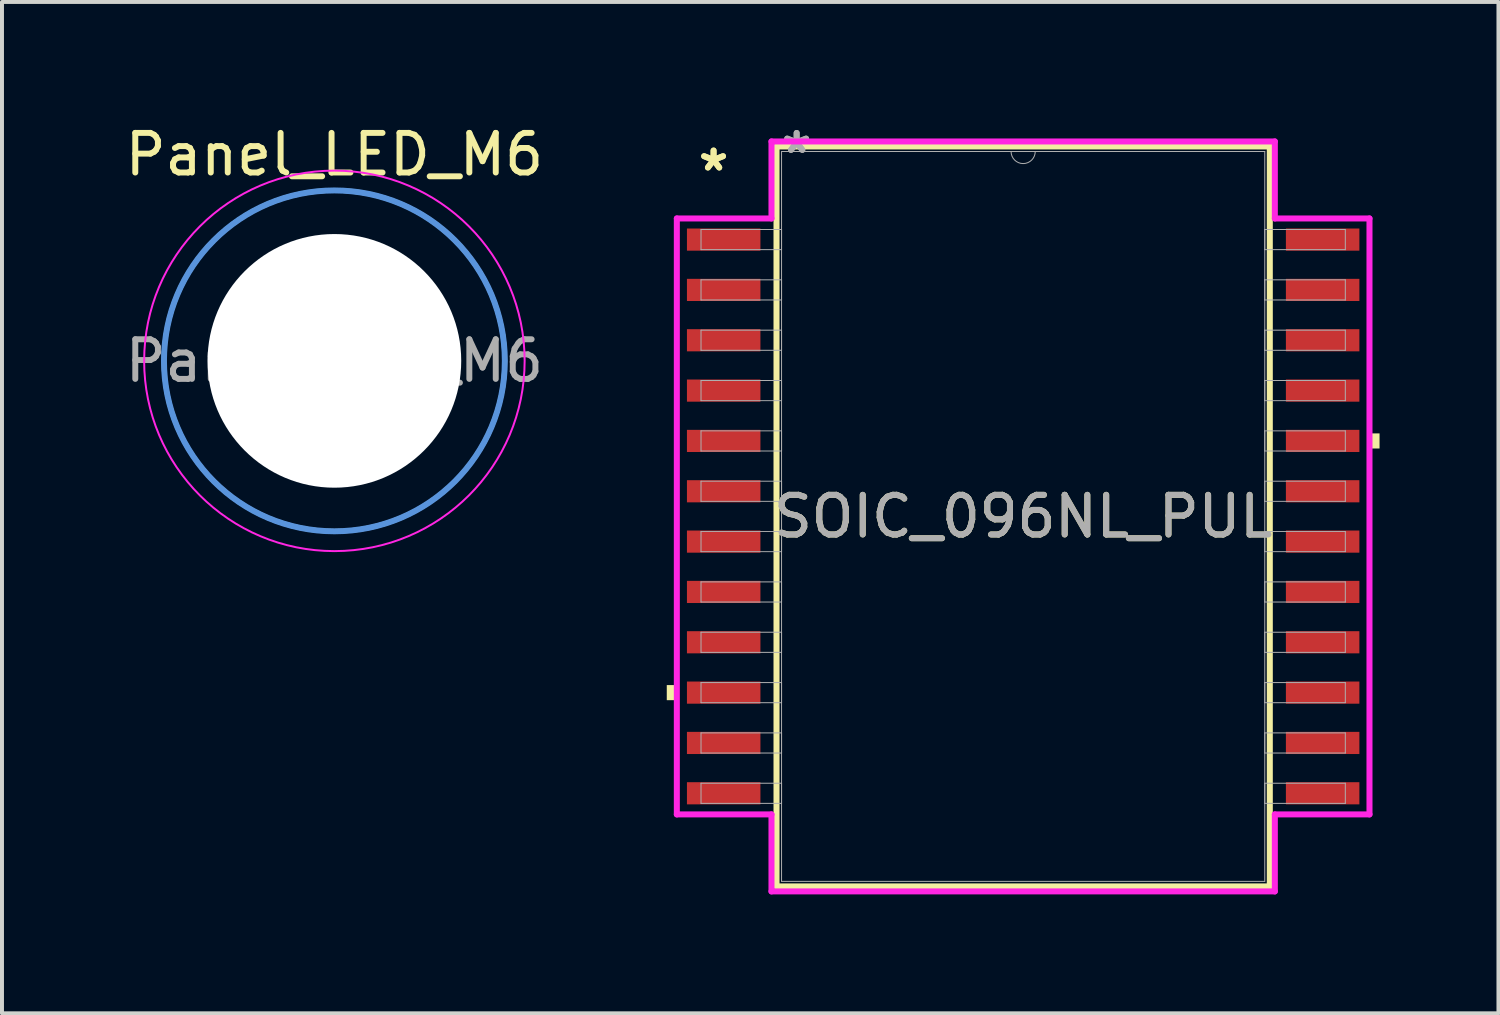
<source format=kicad_pcb>
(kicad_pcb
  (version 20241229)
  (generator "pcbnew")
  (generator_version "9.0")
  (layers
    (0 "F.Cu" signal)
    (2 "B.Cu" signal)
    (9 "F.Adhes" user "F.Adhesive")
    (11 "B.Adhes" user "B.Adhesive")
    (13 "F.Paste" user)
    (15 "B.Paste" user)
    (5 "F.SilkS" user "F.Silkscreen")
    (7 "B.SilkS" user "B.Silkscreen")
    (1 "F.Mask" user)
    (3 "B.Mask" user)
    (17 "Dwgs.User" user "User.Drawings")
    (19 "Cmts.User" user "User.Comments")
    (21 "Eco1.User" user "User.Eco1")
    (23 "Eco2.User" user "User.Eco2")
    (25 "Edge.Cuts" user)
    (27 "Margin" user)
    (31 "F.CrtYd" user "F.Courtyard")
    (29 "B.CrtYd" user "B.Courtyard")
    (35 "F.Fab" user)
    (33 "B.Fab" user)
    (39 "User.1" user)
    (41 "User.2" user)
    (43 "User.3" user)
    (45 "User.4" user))
  (footprint "SOIC_096NL_PUL"
    (layer "F.Cu")
    (at 22.765 9.98)
    (property "Reference" "SOIC_096NL_PUL" (at 0 0 0) (unlocked yes) (layer "F.SilkS") (effects (font (size 1 1) (thickness 0.15))))
    (attr smd)
    (fp_line (start -6.223 -9.335) (end -6.223 9.335) (stroke (width 0.152) (type solid)) (layer "F.SilkS"))
    (fp_line (start -6.223 9.335) (end 6.223 9.335) (stroke (width 0.152) (type solid)) (layer "F.SilkS"))
    (fp_line (start 6.223 -9.335) (end -6.223 -9.335) (stroke (width 0.152) (type solid)) (layer "F.SilkS"))
    (fp_line (start 6.223 9.335) (end 6.223 -9.335) (stroke (width 0.152) (type solid)) (layer "F.SilkS"))
    (fp_poly (pts (xy -8.992 4.255) (xy -8.992 4.636) (xy -8.738 4.636) (xy -8.738 4.255)) (stroke (width 0) (type solid)) (fill yes) (layer "F.SilkS"))
    (fp_poly (pts (xy 8.992 -2.095) (xy 8.992 -1.714) (xy 8.738 -1.714) (xy 8.738 -2.095)) (stroke (width 0) (type solid)) (fill yes) (layer "F.SilkS"))
    (fp_line (start -8.738 -7.518) (end -6.35 -7.518) (stroke (width 0.152) (type solid)) (layer "F.CrtYd"))
    (fp_line (start -8.738 7.518) (end -8.738 -7.518) (stroke (width 0.152) (type solid)) (layer "F.CrtYd"))
    (fp_line (start -8.738 7.518) (end -6.35 7.518) (stroke (width 0.152) (type solid)) (layer "F.CrtYd"))
    (fp_line (start -6.35 -9.461) (end 6.35 -9.461) (stroke (width 0.152) (type solid)) (layer "F.CrtYd"))
    (fp_line (start -6.35 -7.518) (end -6.35 -9.461) (stroke (width 0.152) (type solid)) (layer "F.CrtYd"))
    (fp_line (start -6.35 9.461) (end -6.35 7.518) (stroke (width 0.152) (type solid)) (layer "F.CrtYd"))
    (fp_line (start 6.35 -9.461) (end 6.35 -7.518) (stroke (width 0.152) (type solid)) (layer "F.CrtYd"))
    (fp_line (start 6.35 7.518) (end 6.35 9.461) (stroke (width 0.152) (type solid)) (layer "F.CrtYd"))
    (fp_line (start 6.35 9.461) (end -6.35 9.461) (stroke (width 0.152) (type solid)) (layer "F.CrtYd"))
    (fp_line (start 8.738 -7.518) (end 6.35 -7.518) (stroke (width 0.152) (type solid)) (layer "F.CrtYd"))
    (fp_line (start 8.738 -7.518) (end 8.738 7.518) (stroke (width 0.152) (type solid)) (layer "F.CrtYd"))
    (fp_line (start 8.738 7.518) (end 6.35 7.518) (stroke (width 0.152) (type solid)) (layer "F.CrtYd"))
    (fp_line (start -8.128 -7.239) (end -8.128 -6.731) (stroke (width 0.025) (type solid)) (layer "F.Fab"))
    (fp_line (start -8.128 -6.731) (end -6.096 -6.731) (stroke (width 0.025) (type solid)) (layer "F.Fab"))
    (fp_line (start -8.128 -5.969) (end -8.128 -5.461) (stroke (width 0.025) (type solid)) (layer "F.Fab"))
    (fp_line (start -8.128 -5.461) (end -6.096 -5.461) (stroke (width 0.025) (type solid)) (layer "F.Fab"))
    (fp_line (start -8.128 -4.699) (end -8.128 -4.191) (stroke (width 0.025) (type solid)) (layer "F.Fab"))
    (fp_line (start -8.128 -4.191) (end -6.096 -4.191) (stroke (width 0.025) (type solid)) (layer "F.Fab"))
    (fp_line (start -8.128 -3.429) (end -8.128 -2.921) (stroke (width 0.025) (type solid)) (layer "F.Fab"))
    (fp_line (start -8.128 -2.921) (end -6.096 -2.921) (stroke (width 0.025) (type solid)) (layer "F.Fab"))
    (fp_line (start -8.128 -2.159) (end -8.128 -1.651) (stroke (width 0.025) (type solid)) (layer "F.Fab"))
    (fp_line (start -8.128 -1.651) (end -6.096 -1.651) (stroke (width 0.025) (type solid)) (layer "F.Fab"))
    (fp_line (start -8.128 -0.889) (end -8.128 -0.381) (stroke (width 0.025) (type solid)) (layer "F.Fab"))
    (fp_line (start -8.128 -0.381) (end -6.096 -0.381) (stroke (width 0.025) (type solid)) (layer "F.Fab"))
    (fp_line (start -8.128 0.381) (end -8.128 0.889) (stroke (width 0.025) (type solid)) (layer "F.Fab"))
    (fp_line (start -8.128 0.889) (end -6.096 0.889) (stroke (width 0.025) (type solid)) (layer "F.Fab"))
    (fp_line (start -8.128 1.651) (end -8.128 2.159) (stroke (width 0.025) (type solid)) (layer "F.Fab"))
    (fp_line (start -8.128 2.159) (end -6.096 2.159) (stroke (width 0.025) (type solid)) (layer "F.Fab"))
    (fp_line (start -8.128 2.921) (end -8.128 3.429) (stroke (width 0.025) (type solid)) (layer "F.Fab"))
    (fp_line (start -8.128 3.429) (end -6.096 3.429) (stroke (width 0.025) (type solid)) (layer "F.Fab"))
    (fp_line (start -8.128 4.191) (end -8.128 4.699) (stroke (width 0.025) (type solid)) (layer "F.Fab"))
    (fp_line (start -8.128 4.699) (end -6.096 4.699) (stroke (width 0.025) (type solid)) (layer "F.Fab"))
    (fp_line (start -8.128 5.461) (end -8.128 5.969) (stroke (width 0.025) (type solid)) (layer "F.Fab"))
    (fp_line (start -8.128 5.969) (end -6.096 5.969) (stroke (width 0.025) (type solid)) (layer "F.Fab"))
    (fp_line (start -8.128 6.731) (end -8.128 7.239) (stroke (width 0.025) (type solid)) (layer "F.Fab"))
    (fp_line (start -8.128 7.239) (end -6.096 7.239) (stroke (width 0.025) (type solid)) (layer "F.Fab"))
    (fp_line (start -6.096 -9.207) (end -6.096 9.207) (stroke (width 0.025) (type solid)) (layer "F.Fab"))
    (fp_line (start -6.096 -7.239) (end -8.128 -7.239) (stroke (width 0.025) (type solid)) (layer "F.Fab"))
    (fp_line (start -6.096 -6.731) (end -6.096 -7.239) (stroke (width 0.025) (type solid)) (layer "F.Fab"))
    (fp_line (start -6.096 -5.969) (end -8.128 -5.969) (stroke (width 0.025) (type solid)) (layer "F.Fab"))
    (fp_line (start -6.096 -5.461) (end -6.096 -5.969) (stroke (width 0.025) (type solid)) (layer "F.Fab"))
    (fp_line (start -6.096 -4.699) (end -8.128 -4.699) (stroke (width 0.025) (type solid)) (layer "F.Fab"))
    (fp_line (start -6.096 -4.191) (end -6.096 -4.699) (stroke (width 0.025) (type solid)) (layer "F.Fab"))
    (fp_line (start -6.096 -3.429) (end -8.128 -3.429) (stroke (width 0.025) (type solid)) (layer "F.Fab"))
    (fp_line (start -6.096 -2.921) (end -6.096 -3.429) (stroke (width 0.025) (type solid)) (layer "F.Fab"))
    (fp_line (start -6.096 -2.159) (end -8.128 -2.159) (stroke (width 0.025) (type solid)) (layer "F.Fab"))
    (fp_line (start -6.096 -1.651) (end -6.096 -2.159) (stroke (width 0.025) (type solid)) (layer "F.Fab"))
    (fp_line (start -6.096 -0.889) (end -8.128 -0.889) (stroke (width 0.025) (type solid)) (layer "F.Fab"))
    (fp_line (start -6.096 -0.381) (end -6.096 -0.889) (stroke (width 0.025) (type solid)) (layer "F.Fab"))
    (fp_line (start -6.096 0.381) (end -8.128 0.381) (stroke (width 0.025) (type solid)) (layer "F.Fab"))
    (fp_line (start -6.096 0.889) (end -6.096 0.381) (stroke (width 0.025) (type solid)) (layer "F.Fab"))
    (fp_line (start -6.096 1.651) (end -8.128 1.651) (stroke (width 0.025) (type solid)) (layer "F.Fab"))
    (fp_line (start -6.096 2.159) (end -6.096 1.651) (stroke (width 0.025) (type solid)) (layer "F.Fab"))
    (fp_line (start -6.096 2.921) (end -8.128 2.921) (stroke (width 0.025) (type solid)) (layer "F.Fab"))
    (fp_line (start -6.096 3.429) (end -6.096 2.921) (stroke (width 0.025) (type solid)) (layer "F.Fab"))
    (fp_line (start -6.096 4.191) (end -8.128 4.191) (stroke (width 0.025) (type solid)) (layer "F.Fab"))
    (fp_line (start -6.096 4.699) (end -6.096 4.191) (stroke (width 0.025) (type solid)) (layer "F.Fab"))
    (fp_line (start -6.096 5.461) (end -8.128 5.461) (stroke (width 0.025) (type solid)) (layer "F.Fab"))
    (fp_line (start -6.096 5.969) (end -6.096 5.461) (stroke (width 0.025) (type solid)) (layer "F.Fab"))
    (fp_line (start -6.096 6.731) (end -8.128 6.731) (stroke (width 0.025) (type solid)) (layer "F.Fab"))
    (fp_line (start -6.096 7.239) (end -6.096 6.731) (stroke (width 0.025) (type solid)) (layer "F.Fab"))
    (fp_line (start -6.096 9.207) (end 6.096 9.207) (stroke (width 0.025) (type solid)) (layer "F.Fab"))
    (fp_line (start 6.096 -9.207) (end -6.096 -9.207) (stroke (width 0.025) (type solid)) (layer "F.Fab"))
    (fp_line (start 6.096 -7.239) (end 6.096 -6.731) (stroke (width 0.025) (type solid)) (layer "F.Fab"))
    (fp_line (start 6.096 -6.731) (end 8.128 -6.731) (stroke (width 0.025) (type solid)) (layer "F.Fab"))
    (fp_line (start 6.096 -5.969) (end 6.096 -5.461) (stroke (width 0.025) (type solid)) (layer "F.Fab"))
    (fp_line (start 6.096 -5.461) (end 8.128 -5.461) (stroke (width 0.025) (type solid)) (layer "F.Fab"))
    (fp_line (start 6.096 -4.699) (end 6.096 -4.191) (stroke (width 0.025) (type solid)) (layer "F.Fab"))
    (fp_line (start 6.096 -4.191) (end 8.128 -4.191) (stroke (width 0.025) (type solid)) (layer "F.Fab"))
    (fp_line (start 6.096 -3.429) (end 6.096 -2.921) (stroke (width 0.025) (type solid)) (layer "F.Fab"))
    (fp_line (start 6.096 -2.921) (end 8.128 -2.921) (stroke (width 0.025) (type solid)) (layer "F.Fab"))
    (fp_line (start 6.096 -2.159) (end 6.096 -1.651) (stroke (width 0.025) (type solid)) (layer "F.Fab"))
    (fp_line (start 6.096 -1.651) (end 8.128 -1.651) (stroke (width 0.025) (type solid)) (layer "F.Fab"))
    (fp_line (start 6.096 -0.889) (end 6.096 -0.381) (stroke (width 0.025) (type solid)) (layer "F.Fab"))
    (fp_line (start 6.096 -0.381) (end 8.128 -0.381) (stroke (width 0.025) (type solid)) (layer "F.Fab"))
    (fp_line (start 6.096 0.381) (end 6.096 0.889) (stroke (width 0.025) (type solid)) (layer "F.Fab"))
    (fp_line (start 6.096 0.889) (end 8.128 0.889) (stroke (width 0.025) (type solid)) (layer "F.Fab"))
    (fp_line (start 6.096 1.651) (end 6.096 2.159) (stroke (width 0.025) (type solid)) (layer "F.Fab"))
    (fp_line (start 6.096 2.159) (end 8.128 2.159) (stroke (width 0.025) (type solid)) (layer "F.Fab"))
    (fp_line (start 6.096 2.921) (end 6.096 3.429) (stroke (width 0.025) (type solid)) (layer "F.Fab"))
    (fp_line (start 6.096 3.429) (end 8.128 3.429) (stroke (width 0.025) (type solid)) (layer "F.Fab"))
    (fp_line (start 6.096 4.191) (end 6.096 4.699) (stroke (width 0.025) (type solid)) (layer "F.Fab"))
    (fp_line (start 6.096 4.699) (end 8.128 4.699) (stroke (width 0.025) (type solid)) (layer "F.Fab"))
    (fp_line (start 6.096 5.461) (end 6.096 5.969) (stroke (width 0.025) (type solid)) (layer "F.Fab"))
    (fp_line (start 6.096 5.969) (end 8.128 5.969) (stroke (width 0.025) (type solid)) (layer "F.Fab"))
    (fp_line (start 6.096 6.731) (end 6.096 7.239) (stroke (width 0.025) (type solid)) (layer "F.Fab"))
    (fp_line (start 6.096 7.239) (end 8.128 7.239) (stroke (width 0.025) (type solid)) (layer "F.Fab"))
    (fp_line (start 6.096 9.207) (end 6.096 -9.207) (stroke (width 0.025) (type solid)) (layer "F.Fab"))
    (fp_line (start 8.128 -7.239) (end 6.096 -7.239) (stroke (width 0.025) (type solid)) (layer "F.Fab"))
    (fp_line (start 8.128 -6.731) (end 8.128 -7.239) (stroke (width 0.025) (type solid)) (layer "F.Fab"))
    (fp_line (start 8.128 -5.969) (end 6.096 -5.969) (stroke (width 0.025) (type solid)) (layer "F.Fab"))
    (fp_line (start 8.128 -5.461) (end 8.128 -5.969) (stroke (width 0.025) (type solid)) (layer "F.Fab"))
    (fp_line (start 8.128 -4.699) (end 6.096 -4.699) (stroke (width 0.025) (type solid)) (layer "F.Fab"))
    (fp_line (start 8.128 -4.191) (end 8.128 -4.699) (stroke (width 0.025) (type solid)) (layer "F.Fab"))
    (fp_line (start 8.128 -3.429) (end 6.096 -3.429) (stroke (width 0.025) (type solid)) (layer "F.Fab"))
    (fp_line (start 8.128 -2.921) (end 8.128 -3.429) (stroke (width 0.025) (type solid)) (layer "F.Fab"))
    (fp_line (start 8.128 -2.159) (end 6.096 -2.159) (stroke (width 0.025) (type solid)) (layer "F.Fab"))
    (fp_line (start 8.128 -1.651) (end 8.128 -2.159) (stroke (width 0.025) (type solid)) (layer "F.Fab"))
    (fp_line (start 8.128 -0.889) (end 6.096 -0.889) (stroke (width 0.025) (type solid)) (layer "F.Fab"))
    (fp_line (start 8.128 -0.381) (end 8.128 -0.889) (stroke (width 0.025) (type solid)) (layer "F.Fab"))
    (fp_line (start 8.128 0.381) (end 6.096 0.381) (stroke (width 0.025) (type solid)) (layer "F.Fab"))
    (fp_line (start 8.128 0.889) (end 8.128 0.381) (stroke (width 0.025) (type solid)) (layer "F.Fab"))
    (fp_line (start 8.128 1.651) (end 6.096 1.651) (stroke (width 0.025) (type solid)) (layer "F.Fab"))
    (fp_line (start 8.128 2.159) (end 8.128 1.651) (stroke (width 0.025) (type solid)) (layer "F.Fab"))
    (fp_line (start 8.128 2.921) (end 6.096 2.921) (stroke (width 0.025) (type solid)) (layer "F.Fab"))
    (fp_line (start 8.128 3.429) (end 8.128 2.921) (stroke (width 0.025) (type solid)) (layer "F.Fab"))
    (fp_line (start 8.128 4.191) (end 6.096 4.191) (stroke (width 0.025) (type solid)) (layer "F.Fab"))
    (fp_line (start 8.128 4.699) (end 8.128 4.191) (stroke (width 0.025) (type solid)) (layer "F.Fab"))
    (fp_line (start 8.128 5.461) (end 6.096 5.461) (stroke (width 0.025) (type solid)) (layer "F.Fab"))
    (fp_line (start 8.128 5.969) (end 8.128 5.461) (stroke (width 0.025) (type solid)) (layer "F.Fab"))
    (fp_line (start 8.128 6.731) (end 6.096 6.731) (stroke (width 0.025) (type solid)) (layer "F.Fab"))
    (fp_line (start 8.128 7.239) (end 8.128 6.731) (stroke (width 0.025) (type solid)) (layer "F.Fab"))
    (fp_arc (start 0.3048 -9.2075) (mid 0 -8.9027) (end -0.3048 -9.2075) (stroke (width 0.0254) (type solid)) (layer "F.Fab"))
    (fp_text user "*" (at -7.811 -8.687 0) (unlocked yes) (layer "F.SilkS") (effects (font (size 1 1) (thickness 0.15))))
    (fp_text user "*" (at -7.811 -8.687 0) (layer "F.SilkS") (effects (font (size 1 1) (thickness 0.15))))
    (fp_text user "*" (at -5.715 -9.131 0) (layer "F.Fab") (effects (font (size 1 1) (thickness 0.15))))
    (fp_text user "${REFERENCE}" (at 0 0 0) (unlocked yes) (layer "F.Fab") (effects (font (size 1 1) (thickness 0.15))))
    (fp_text user "*" (at -5.715 -9.131 0) (unlocked yes) (layer "F.Fab") (effects (font (size 1 1) (thickness 0.15))))
    (pad "1" smd rect (at -7.556 -6.985) (size 1.854 0.559) (layers "F.Cu" "F.Mask" "F.Paste"))
    (pad "2" smd rect (at -7.556 -5.715) (size 1.854 0.559) (layers "F.Cu" "F.Mask" "F.Paste"))
    (pad "3" smd rect (at -7.556 -4.445) (size 1.854 0.559) (layers "F.Cu" "F.Mask" "F.Paste"))
    (pad "4" smd rect (at -7.556 -3.175) (size 1.854 0.559) (layers "F.Cu" "F.Mask" "F.Paste"))
    (pad "5" smd rect (at -7.556 -1.905) (size 1.854 0.559) (layers "F.Cu" "F.Mask" "F.Paste"))
    (pad "6" smd rect (at -7.556 -0.635) (size 1.854 0.559) (layers "F.Cu" "F.Mask" "F.Paste"))
    (pad "7" smd rect (at -7.556 0.635) (size 1.854 0.559) (layers "F.Cu" "F.Mask" "F.Paste"))
    (pad "8" smd rect (at -7.556 1.905) (size 1.854 0.559) (layers "F.Cu" "F.Mask" "F.Paste"))
    (pad "9" smd rect (at -7.556 3.175) (size 1.854 0.559) (layers "F.Cu" "F.Mask" "F.Paste"))
    (pad "10" smd rect (at -7.556 4.445) (size 1.854 0.559) (layers "F.Cu" "F.Mask" "F.Paste"))
    (pad "11" smd rect (at -7.556 5.715) (size 1.854 0.559) (layers "F.Cu" "F.Mask" "F.Paste"))
    (pad "12" smd rect (at -7.556 6.985) (size 1.854 0.559) (layers "F.Cu" "F.Mask" "F.Paste"))
    (pad "13" smd rect (at 7.556 6.985) (size 1.854 0.559) (layers "F.Cu" "F.Mask" "F.Paste"))
    (pad "14" smd rect (at 7.556 5.715) (size 1.854 0.559) (layers "F.Cu" "F.Mask" "F.Paste"))
    (pad "15" smd rect (at 7.556 4.445) (size 1.854 0.559) (layers "F.Cu" "F.Mask" "F.Paste"))
    (pad "16" smd rect (at 7.556 3.175) (size 1.854 0.559) (layers "F.Cu" "F.Mask" "F.Paste"))
    (pad "17" smd rect (at 7.556 1.905) (size 1.854 0.559) (layers "F.Cu" "F.Mask" "F.Paste"))
    (pad "18" smd rect (at 7.556 0.635) (size 1.854 0.559) (layers "F.Cu" "F.Mask" "F.Paste"))
    (pad "19" smd rect (at 7.556 -0.635) (size 1.854 0.559) (layers "F.Cu" "F.Mask" "F.Paste"))
    (pad "20" smd rect (at 7.556 -1.905) (size 1.854 0.559) (layers "F.Cu" "F.Mask" "F.Paste"))
    (pad "21" smd rect (at 7.556 -3.175) (size 1.854 0.559) (layers "F.Cu" "F.Mask" "F.Paste"))
    (pad "22" smd rect (at 7.556 -4.445) (size 1.854 0.559) (layers "F.Cu" "F.Mask" "F.Paste"))
    (pad "23" smd rect (at 7.556 -5.715) (size 1.854 0.559) (layers "F.Cu" "F.Mask" "F.Paste"))
    (pad "24" smd rect (at 7.556 -6.985) (size 1.854 0.559) (layers "F.Cu" "F.Mask" "F.Paste")))
  (footprint "Panel_LED_M6"
    (layer "F.Cu")
    (at 5.387 6.055)
    (property "Reference" "Panel_LED_M6" (at 0 -5.207 0) (layer "F.SilkS") (effects (font (size 1 1) (thickness 0.15))))
    (attr exclude_from_pos_files exclude_from_bom)
    (fp_circle (center 0 0) (end 4.3 0) (stroke (width 0.12) (type default)) (fill no) (layer "F.SilkS"))
    (fp_circle (center 0 0) (end 4.3 0) (stroke (width 0.15) (type solid)) (fill no) (layer "Cmts.User"))
    (fp_circle (center 0 0) (end 4.8 0) (stroke (width 0.05) (type solid)) (fill no) (layer "F.CrtYd"))
    (fp_text user "${REFERENCE}" (at 0 0 0) (layer "F.Fab") (effects (font (size 1 1) (thickness 0.15))))
    (pad "" np_thru_hole circle (at 0 0) (size 6.4 6.4) (drill 6.4) (layers "*.Cu" "*.Mask")))
  (gr_rect
    (start -3 -3)
    (end 34.757 22.517)
    (stroke (width 0.1) (type default))
    (fill no)
    (layer "Edge.Cuts")))
</source>
